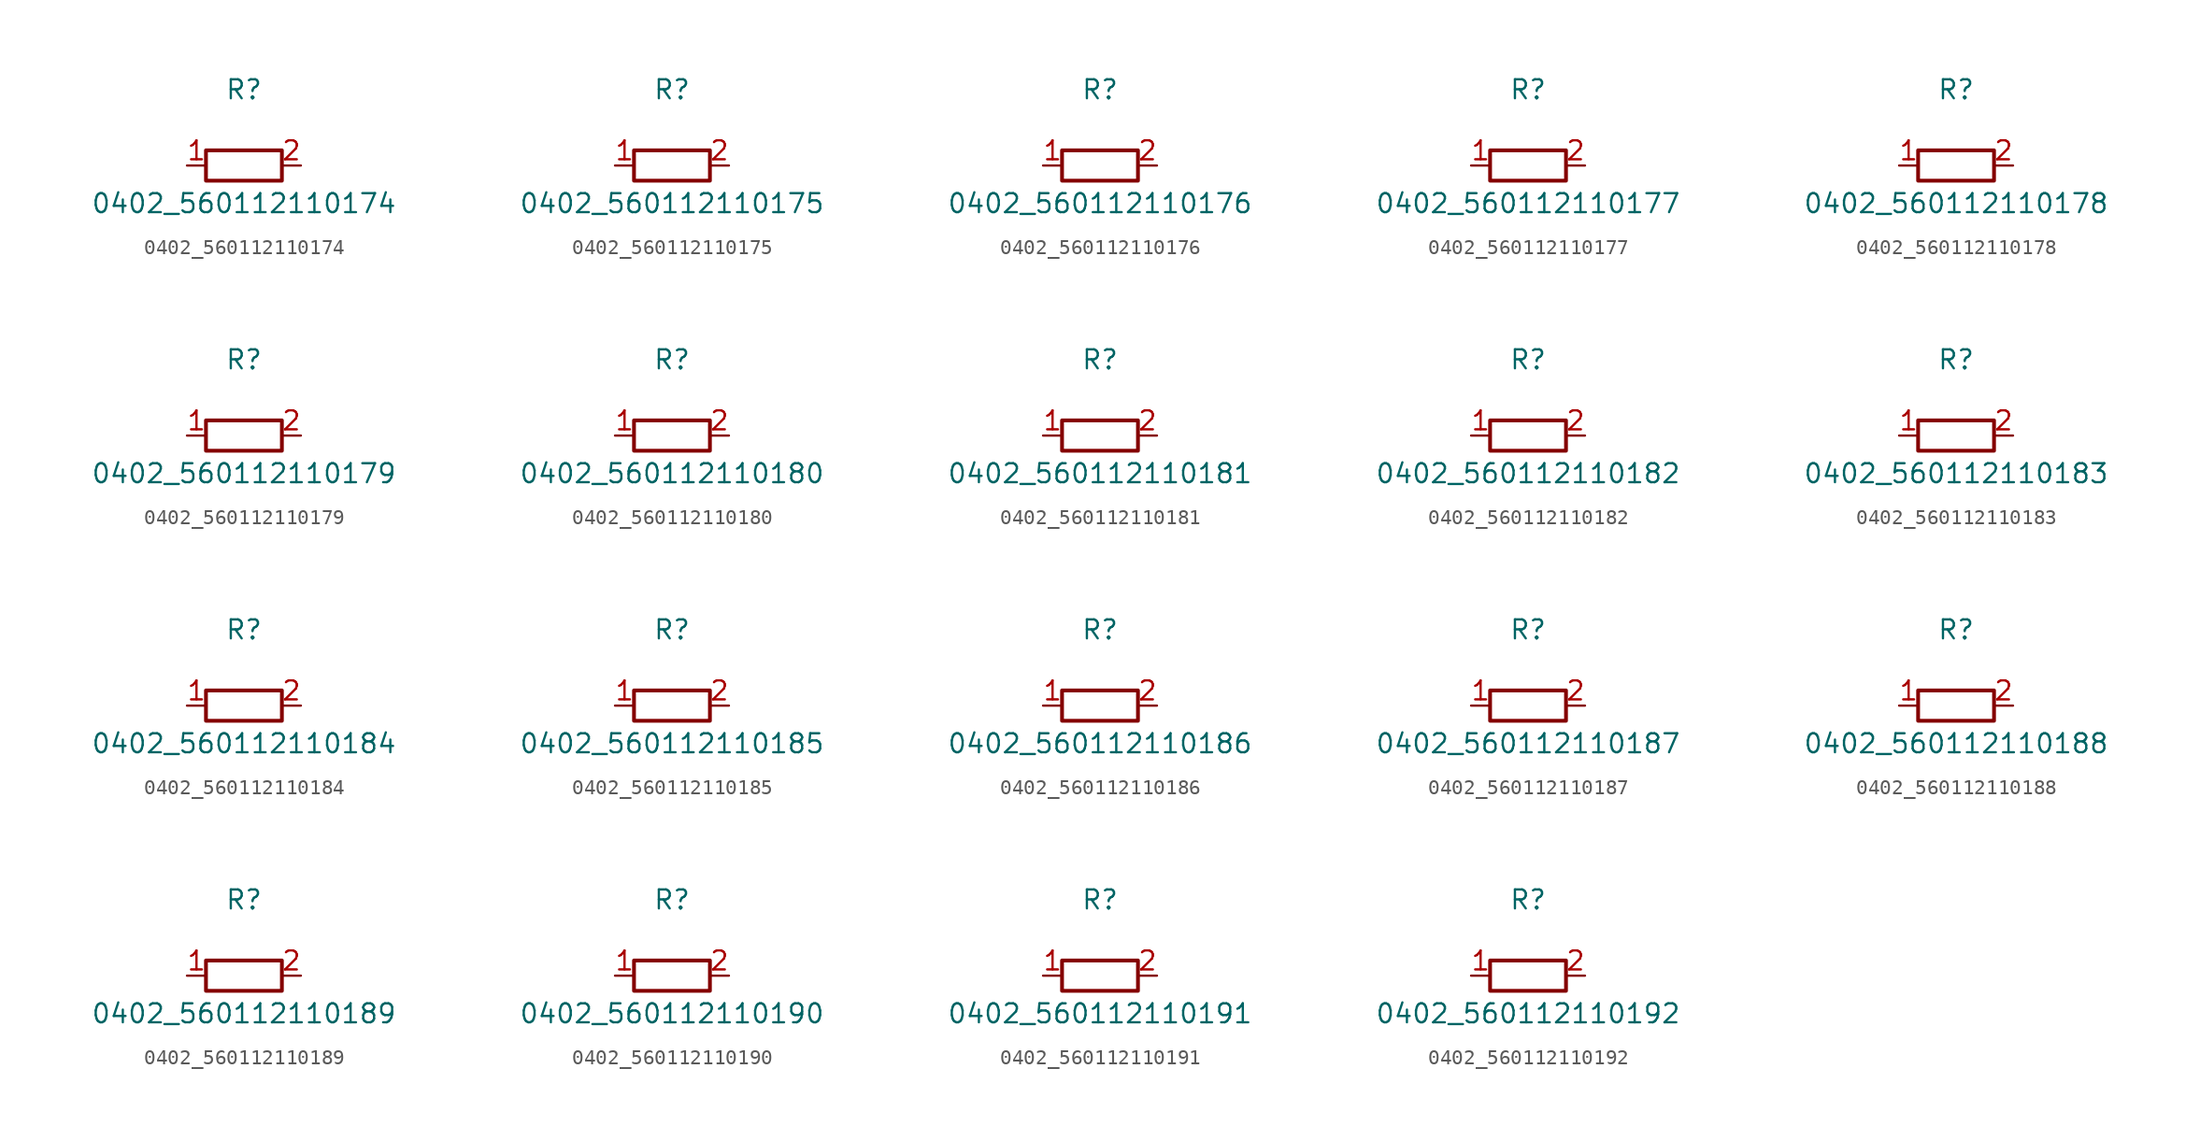
<source format=kicad_sym>
(kicad_symbol_lib
  (version 20220914)
  (generator kicad_symbol_editor)
  (symbol "0402_560112110174"
    (pin_names hide)
    (property "Reference" "R"
      (at 0 5.08 0)
      (effects (font (size 1.27 1.27))))
    (property "Value" "0402_560112110174"
      (at 0 -2.54 0)
      (effects (font (size 1.27 1.27))))
    (symbol "0402_560112110174_0_1"
      (rectangle (start -2.54 -1.016) (end 2.54 1.016) (stroke (width 0.254) (type default)) (fill (type none))))
    (symbol "0402_560112110174_1_1"
      (pin passive line (at -3.81 0 0) (length 1.27) (name "~" (effects (font (size 1.27 1.27)))) (number "1" (effects (font (size 1.27 1.27)))))
      (pin passive line (at 3.81 0 180) (length 1.27) (name "~" (effects (font (size 1.27 1.27)))) (number "2" (effects (font (size 1.27 1.27)))))))
  (symbol "0402_560112110175"
    (pin_names hide)
    (property "Reference" "R"
      (at 0 5.08 0)
      (effects (font (size 1.27 1.27))))
    (property "Value" "0402_560112110175"
      (at 0 -2.54 0)
      (effects (font (size 1.27 1.27))))
    (symbol "0402_560112110175_0_1"
      (rectangle (start -2.54 -1.016) (end 2.54 1.016) (stroke (width 0.254) (type default)) (fill (type none))))
    (symbol "0402_560112110175_1_1"
      (pin passive line (at -3.81 0 0) (length 1.27) (name "~" (effects (font (size 1.27 1.27)))) (number "1" (effects (font (size 1.27 1.27)))))
      (pin passive line (at 3.81 0 180) (length 1.27) (name "~" (effects (font (size 1.27 1.27)))) (number "2" (effects (font (size 1.27 1.27)))))))
  (symbol "0402_560112110176"
    (pin_names hide)
    (property "Reference" "R"
      (at 0 5.08 0)
      (effects (font (size 1.27 1.27))))
    (property "Value" "0402_560112110176"
      (at 0 -2.54 0)
      (effects (font (size 1.27 1.27))))
    (symbol "0402_560112110176_0_1"
      (rectangle (start -2.54 -1.016) (end 2.54 1.016) (stroke (width 0.254) (type default)) (fill (type none))))
    (symbol "0402_560112110176_1_1"
      (pin passive line (at -3.81 0 0) (length 1.27) (name "~" (effects (font (size 1.27 1.27)))) (number "1" (effects (font (size 1.27 1.27)))))
      (pin passive line (at 3.81 0 180) (length 1.27) (name "~" (effects (font (size 1.27 1.27)))) (number "2" (effects (font (size 1.27 1.27)))))))
  (symbol "0402_560112110177"
    (pin_names hide)
    (property "Reference" "R"
      (at 0 5.08 0)
      (effects (font (size 1.27 1.27))))
    (property "Value" "0402_560112110177"
      (at 0 -2.54 0)
      (effects (font (size 1.27 1.27))))
    (symbol "0402_560112110177_0_1"
      (rectangle (start -2.54 -1.016) (end 2.54 1.016) (stroke (width 0.254) (type default)) (fill (type none))))
    (symbol "0402_560112110177_1_1"
      (pin passive line (at -3.81 0 0) (length 1.27) (name "~" (effects (font (size 1.27 1.27)))) (number "1" (effects (font (size 1.27 1.27)))))
      (pin passive line (at 3.81 0 180) (length 1.27) (name "~" (effects (font (size 1.27 1.27)))) (number "2" (effects (font (size 1.27 1.27)))))))
  (symbol "0402_560112110178"
    (pin_names hide)
    (property "Reference" "R"
      (at 0 5.08 0)
      (effects (font (size 1.27 1.27))))
    (property "Value" "0402_560112110178"
      (at 0 -2.54 0)
      (effects (font (size 1.27 1.27))))
    (symbol "0402_560112110178_0_1"
      (rectangle (start -2.54 -1.016) (end 2.54 1.016) (stroke (width 0.254) (type default)) (fill (type none))))
    (symbol "0402_560112110178_1_1"
      (pin passive line (at -3.81 0 0) (length 1.27) (name "~" (effects (font (size 1.27 1.27)))) (number "1" (effects (font (size 1.27 1.27)))))
      (pin passive line (at 3.81 0 180) (length 1.27) (name "~" (effects (font (size 1.27 1.27)))) (number "2" (effects (font (size 1.27 1.27)))))))
  (symbol "0402_560112110179"
    (pin_names hide)
    (property "Reference" "R"
      (at 0 5.08 0)
      (effects (font (size 1.27 1.27))))
    (property "Value" "0402_560112110179"
      (at 0 -2.54 0)
      (effects (font (size 1.27 1.27))))
    (symbol "0402_560112110179_0_1"
      (rectangle (start -2.54 -1.016) (end 2.54 1.016) (stroke (width 0.254) (type default)) (fill (type none))))
    (symbol "0402_560112110179_1_1"
      (pin passive line (at -3.81 0 0) (length 1.27) (name "~" (effects (font (size 1.27 1.27)))) (number "1" (effects (font (size 1.27 1.27)))))
      (pin passive line (at 3.81 0 180) (length 1.27) (name "~" (effects (font (size 1.27 1.27)))) (number "2" (effects (font (size 1.27 1.27)))))))
  (symbol "0402_560112110180"
    (pin_names hide)
    (property "Reference" "R"
      (at 0 5.08 0)
      (effects (font (size 1.27 1.27))))
    (property "Value" "0402_560112110180"
      (at 0 -2.54 0)
      (effects (font (size 1.27 1.27))))
    (symbol "0402_560112110180_0_1"
      (rectangle (start -2.54 -1.016) (end 2.54 1.016) (stroke (width 0.254) (type default)) (fill (type none))))
    (symbol "0402_560112110180_1_1"
      (pin passive line (at -3.81 0 0) (length 1.27) (name "~" (effects (font (size 1.27 1.27)))) (number "1" (effects (font (size 1.27 1.27)))))
      (pin passive line (at 3.81 0 180) (length 1.27) (name "~" (effects (font (size 1.27 1.27)))) (number "2" (effects (font (size 1.27 1.27)))))))
  (symbol "0402_560112110181"
    (pin_names hide)
    (property "Reference" "R"
      (at 0 5.08 0)
      (effects (font (size 1.27 1.27))))
    (property "Value" "0402_560112110181"
      (at 0 -2.54 0)
      (effects (font (size 1.27 1.27))))
    (symbol "0402_560112110181_0_1"
      (rectangle (start -2.54 -1.016) (end 2.54 1.016) (stroke (width 0.254) (type default)) (fill (type none))))
    (symbol "0402_560112110181_1_1"
      (pin passive line (at -3.81 0 0) (length 1.27) (name "~" (effects (font (size 1.27 1.27)))) (number "1" (effects (font (size 1.27 1.27)))))
      (pin passive line (at 3.81 0 180) (length 1.27) (name "~" (effects (font (size 1.27 1.27)))) (number "2" (effects (font (size 1.27 1.27)))))))
  (symbol "0402_560112110182"
    (pin_names hide)
    (property "Reference" "R"
      (at 0 5.08 0)
      (effects (font (size 1.27 1.27))))
    (property "Value" "0402_560112110182"
      (at 0 -2.54 0)
      (effects (font (size 1.27 1.27))))
    (symbol "0402_560112110182_0_1"
      (rectangle (start -2.54 -1.016) (end 2.54 1.016) (stroke (width 0.254) (type default)) (fill (type none))))
    (symbol "0402_560112110182_1_1"
      (pin passive line (at -3.81 0 0) (length 1.27) (name "~" (effects (font (size 1.27 1.27)))) (number "1" (effects (font (size 1.27 1.27)))))
      (pin passive line (at 3.81 0 180) (length 1.27) (name "~" (effects (font (size 1.27 1.27)))) (number "2" (effects (font (size 1.27 1.27)))))))
  (symbol "0402_560112110183"
    (pin_names hide)
    (property "Reference" "R"
      (at 0 5.08 0)
      (effects (font (size 1.27 1.27))))
    (property "Value" "0402_560112110183"
      (at 0 -2.54 0)
      (effects (font (size 1.27 1.27))))
    (symbol "0402_560112110183_0_1"
      (rectangle (start -2.54 -1.016) (end 2.54 1.016) (stroke (width 0.254) (type default)) (fill (type none))))
    (symbol "0402_560112110183_1_1"
      (pin passive line (at -3.81 0 0) (length 1.27) (name "~" (effects (font (size 1.27 1.27)))) (number "1" (effects (font (size 1.27 1.27)))))
      (pin passive line (at 3.81 0 180) (length 1.27) (name "~" (effects (font (size 1.27 1.27)))) (number "2" (effects (font (size 1.27 1.27)))))))
  (symbol "0402_560112110184"
    (pin_names hide)
    (property "Reference" "R"
      (at 0 5.08 0)
      (effects (font (size 1.27 1.27))))
    (property "Value" "0402_560112110184"
      (at 0 -2.54 0)
      (effects (font (size 1.27 1.27))))
    (symbol "0402_560112110184_0_1"
      (rectangle (start -2.54 -1.016) (end 2.54 1.016) (stroke (width 0.254) (type default)) (fill (type none))))
    (symbol "0402_560112110184_1_1"
      (pin passive line (at -3.81 0 0) (length 1.27) (name "~" (effects (font (size 1.27 1.27)))) (number "1" (effects (font (size 1.27 1.27)))))
      (pin passive line (at 3.81 0 180) (length 1.27) (name "~" (effects (font (size 1.27 1.27)))) (number "2" (effects (font (size 1.27 1.27)))))))
  (symbol "0402_560112110185"
    (pin_names hide)
    (property "Reference" "R"
      (at 0 5.08 0)
      (effects (font (size 1.27 1.27))))
    (property "Value" "0402_560112110185"
      (at 0 -2.54 0)
      (effects (font (size 1.27 1.27))))
    (symbol "0402_560112110185_0_1"
      (rectangle (start -2.54 -1.016) (end 2.54 1.016) (stroke (width 0.254) (type default)) (fill (type none))))
    (symbol "0402_560112110185_1_1"
      (pin passive line (at -3.81 0 0) (length 1.27) (name "~" (effects (font (size 1.27 1.27)))) (number "1" (effects (font (size 1.27 1.27)))))
      (pin passive line (at 3.81 0 180) (length 1.27) (name "~" (effects (font (size 1.27 1.27)))) (number "2" (effects (font (size 1.27 1.27)))))))
  (symbol "0402_560112110186"
    (pin_names hide)
    (property "Reference" "R"
      (at 0 5.08 0)
      (effects (font (size 1.27 1.27))))
    (property "Value" "0402_560112110186"
      (at 0 -2.54 0)
      (effects (font (size 1.27 1.27))))
    (symbol "0402_560112110186_0_1"
      (rectangle (start -2.54 -1.016) (end 2.54 1.016) (stroke (width 0.254) (type default)) (fill (type none))))
    (symbol "0402_560112110186_1_1"
      (pin passive line (at -3.81 0 0) (length 1.27) (name "~" (effects (font (size 1.27 1.27)))) (number "1" (effects (font (size 1.27 1.27)))))
      (pin passive line (at 3.81 0 180) (length 1.27) (name "~" (effects (font (size 1.27 1.27)))) (number "2" (effects (font (size 1.27 1.27)))))))
  (symbol "0402_560112110187"
    (pin_names hide)
    (property "Reference" "R"
      (at 0 5.08 0)
      (effects (font (size 1.27 1.27))))
    (property "Value" "0402_560112110187"
      (at 0 -2.54 0)
      (effects (font (size 1.27 1.27))))
    (symbol "0402_560112110187_0_1"
      (rectangle (start -2.54 -1.016) (end 2.54 1.016) (stroke (width 0.254) (type default)) (fill (type none))))
    (symbol "0402_560112110187_1_1"
      (pin passive line (at -3.81 0 0) (length 1.27) (name "~" (effects (font (size 1.27 1.27)))) (number "1" (effects (font (size 1.27 1.27)))))
      (pin passive line (at 3.81 0 180) (length 1.27) (name "~" (effects (font (size 1.27 1.27)))) (number "2" (effects (font (size 1.27 1.27)))))))
  (symbol "0402_560112110188"
    (pin_names hide)
    (property "Reference" "R"
      (at 0 5.08 0)
      (effects (font (size 1.27 1.27))))
    (property "Value" "0402_560112110188"
      (at 0 -2.54 0)
      (effects (font (size 1.27 1.27))))
    (symbol "0402_560112110188_0_1"
      (rectangle (start -2.54 -1.016) (end 2.54 1.016) (stroke (width 0.254) (type default)) (fill (type none))))
    (symbol "0402_560112110188_1_1"
      (pin passive line (at -3.81 0 0) (length 1.27) (name "~" (effects (font (size 1.27 1.27)))) (number "1" (effects (font (size 1.27 1.27)))))
      (pin passive line (at 3.81 0 180) (length 1.27) (name "~" (effects (font (size 1.27 1.27)))) (number "2" (effects (font (size 1.27 1.27)))))))
  (symbol "0402_560112110189"
    (pin_names hide)
    (property "Reference" "R"
      (at 0 5.08 0)
      (effects (font (size 1.27 1.27))))
    (property "Value" "0402_560112110189"
      (at 0 -2.54 0)
      (effects (font (size 1.27 1.27))))
    (symbol "0402_560112110189_0_1"
      (rectangle (start -2.54 -1.016) (end 2.54 1.016) (stroke (width 0.254) (type default)) (fill (type none))))
    (symbol "0402_560112110189_1_1"
      (pin passive line (at -3.81 0 0) (length 1.27) (name "~" (effects (font (size 1.27 1.27)))) (number "1" (effects (font (size 1.27 1.27)))))
      (pin passive line (at 3.81 0 180) (length 1.27) (name "~" (effects (font (size 1.27 1.27)))) (number "2" (effects (font (size 1.27 1.27)))))))
  (symbol "0402_560112110190"
    (pin_names hide)
    (property "Reference" "R"
      (at 0 5.08 0)
      (effects (font (size 1.27 1.27))))
    (property "Value" "0402_560112110190"
      (at 0 -2.54 0)
      (effects (font (size 1.27 1.27))))
    (symbol "0402_560112110190_0_1"
      (rectangle (start -2.54 -1.016) (end 2.54 1.016) (stroke (width 0.254) (type default)) (fill (type none))))
    (symbol "0402_560112110190_1_1"
      (pin passive line (at -3.81 0 0) (length 1.27) (name "~" (effects (font (size 1.27 1.27)))) (number "1" (effects (font (size 1.27 1.27)))))
      (pin passive line (at 3.81 0 180) (length 1.27) (name "~" (effects (font (size 1.27 1.27)))) (number "2" (effects (font (size 1.27 1.27)))))))
  (symbol "0402_560112110191"
    (pin_names hide)
    (property "Reference" "R"
      (at 0 5.08 0)
      (effects (font (size 1.27 1.27))))
    (property "Value" "0402_560112110191"
      (at 0 -2.54 0)
      (effects (font (size 1.27 1.27))))
    (symbol "0402_560112110191_0_1"
      (rectangle (start -2.54 -1.016) (end 2.54 1.016) (stroke (width 0.254) (type default)) (fill (type none))))
    (symbol "0402_560112110191_1_1"
      (pin passive line (at -3.81 0 0) (length 1.27) (name "~" (effects (font (size 1.27 1.27)))) (number "1" (effects (font (size 1.27 1.27)))))
      (pin passive line (at 3.81 0 180) (length 1.27) (name "~" (effects (font (size 1.27 1.27)))) (number "2" (effects (font (size 1.27 1.27)))))))
  (symbol "0402_560112110192"
    (pin_names hide)
    (property "Reference" "R"
      (at 0 5.08 0)
      (effects (font (size 1.27 1.27))))
    (property "Value" "0402_560112110192"
      (at 0 -2.54 0)
      (effects (font (size 1.27 1.27))))
    (symbol "0402_560112110192_0_1"
      (rectangle (start -2.54 -1.016) (end 2.54 1.016) (stroke (width 0.254) (type default)) (fill (type none))))
    (symbol "0402_560112110192_1_1"
      (pin passive line (at -3.81 0 0) (length 1.27) (name "~" (effects (font (size 1.27 1.27)))) (number "1" (effects (font (size 1.27 1.27)))))
      (pin passive line (at 3.81 0 180) (length 1.27) (name "~" (effects (font (size 1.27 1.27)))) (number "2" (effects (font (size 1.27 1.27))))))))
</source>
